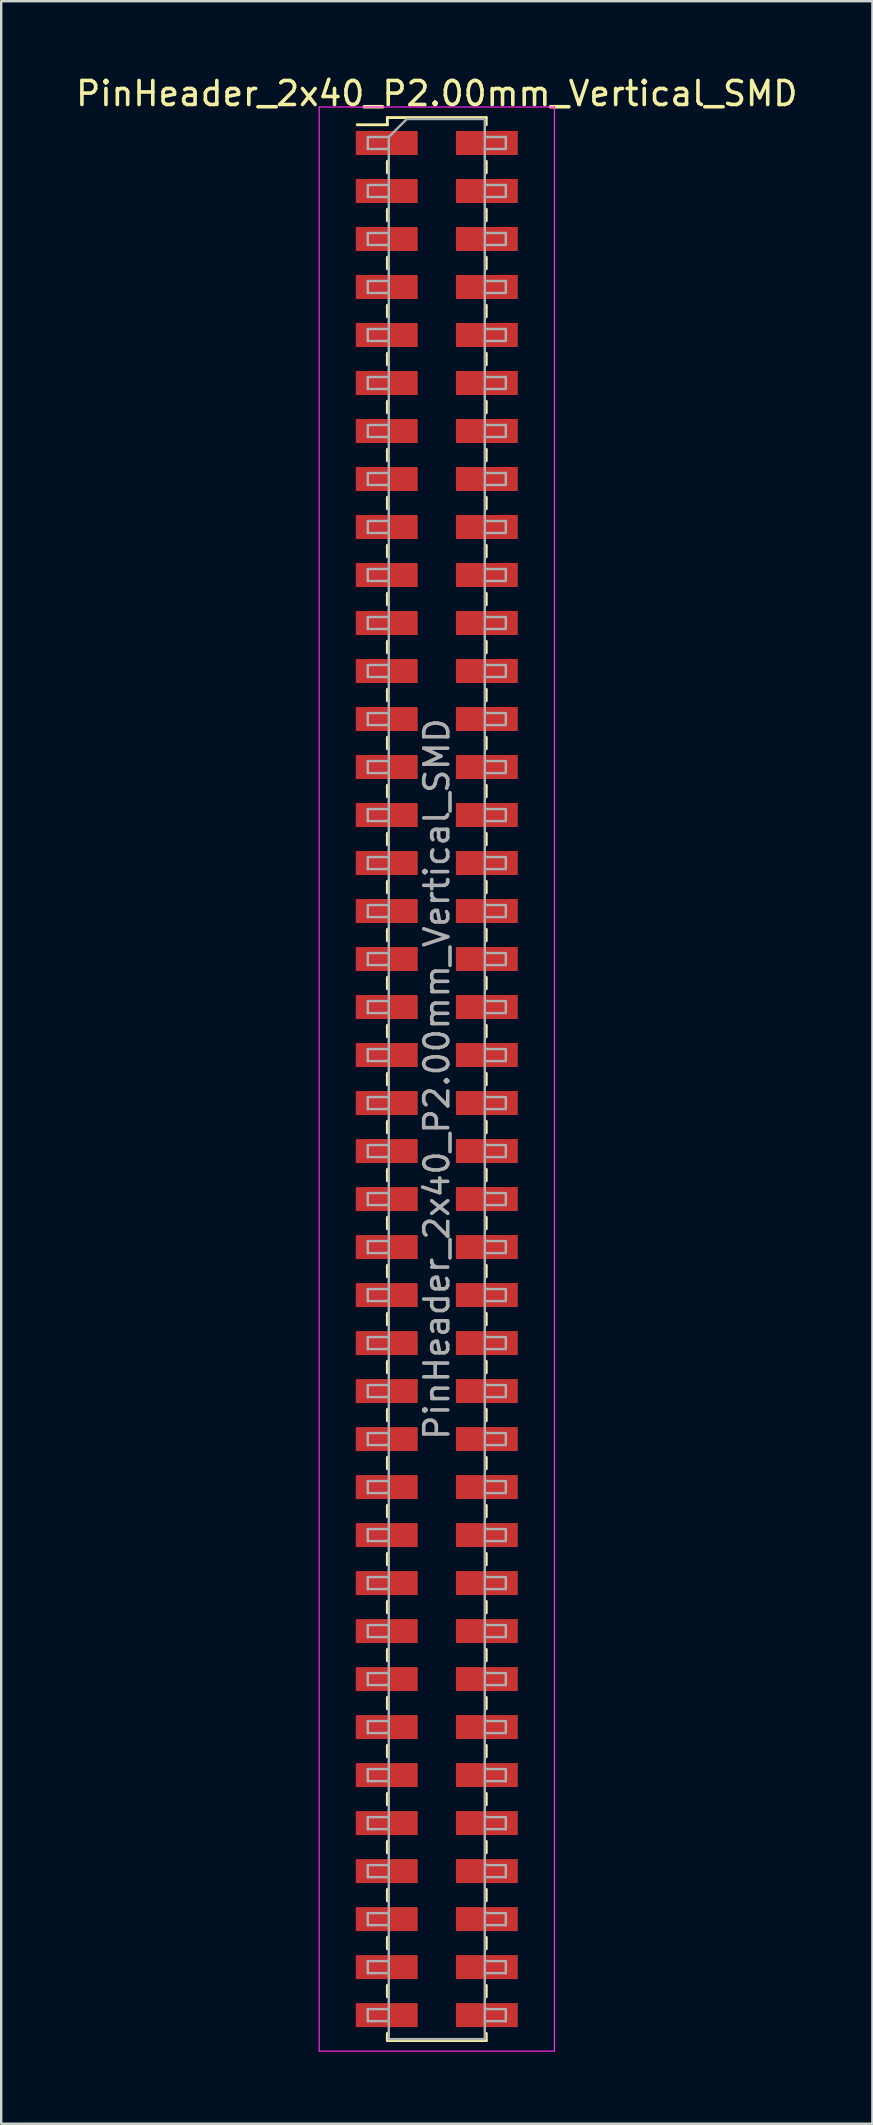
<source format=kicad_pcb>
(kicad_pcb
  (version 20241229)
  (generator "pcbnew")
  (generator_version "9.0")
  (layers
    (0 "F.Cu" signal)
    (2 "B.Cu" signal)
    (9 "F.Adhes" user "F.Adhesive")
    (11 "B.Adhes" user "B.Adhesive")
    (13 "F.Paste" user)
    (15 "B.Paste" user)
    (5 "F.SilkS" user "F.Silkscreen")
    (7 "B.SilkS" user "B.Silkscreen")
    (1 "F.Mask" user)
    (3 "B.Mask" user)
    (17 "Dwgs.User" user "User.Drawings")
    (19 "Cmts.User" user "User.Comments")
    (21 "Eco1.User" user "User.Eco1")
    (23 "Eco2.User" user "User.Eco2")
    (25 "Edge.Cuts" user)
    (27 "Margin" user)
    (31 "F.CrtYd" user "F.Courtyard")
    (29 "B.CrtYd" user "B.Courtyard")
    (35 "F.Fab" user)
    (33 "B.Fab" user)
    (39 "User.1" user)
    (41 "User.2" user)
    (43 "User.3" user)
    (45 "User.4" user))
  (footprint "PinHeader_2x40_P2.00mm_Vertical_SMD"
    (layer "F.Cu")
    (at 15.149 41.908)
    (property "Reference" "PinHeader_2x40_P2.00mm_Vertical_SMD" (at 0 -41.06 0) (layer "F.SilkS") (effects (font (size 1 1) (thickness 0.15))))
    (attr smd)
    (fp_line (start -3.315 -39.76) (end -2.06 -39.76) (stroke (width 0.12) (type solid)) (layer "F.SilkS"))
    (fp_line (start -2.06 -40.06) (end -2.06 -39.76) (stroke (width 0.12) (type solid)) (layer "F.SilkS"))
    (fp_line (start -2.06 -40.06) (end 2.06 -40.06) (stroke (width 0.12) (type solid)) (layer "F.SilkS"))
    (fp_line (start -2.06 -38.24) (end -2.06 -37.76) (stroke (width 0.12) (type solid)) (layer "F.SilkS"))
    (fp_line (start -2.06 -36.24) (end -2.06 -35.76) (stroke (width 0.12) (type solid)) (layer "F.SilkS"))
    (fp_line (start -2.06 -34.24) (end -2.06 -33.76) (stroke (width 0.12) (type solid)) (layer "F.SilkS"))
    (fp_line (start -2.06 -32.24) (end -2.06 -31.76) (stroke (width 0.12) (type solid)) (layer "F.SilkS"))
    (fp_line (start -2.06 -30.24) (end -2.06 -29.76) (stroke (width 0.12) (type solid)) (layer "F.SilkS"))
    (fp_line (start -2.06 -28.24) (end -2.06 -27.76) (stroke (width 0.12) (type solid)) (layer "F.SilkS"))
    (fp_line (start -2.06 -26.24) (end -2.06 -25.76) (stroke (width 0.12) (type solid)) (layer "F.SilkS"))
    (fp_line (start -2.06 -24.24) (end -2.06 -23.76) (stroke (width 0.12) (type solid)) (layer "F.SilkS"))
    (fp_line (start -2.06 -22.24) (end -2.06 -21.76) (stroke (width 0.12) (type solid)) (layer "F.SilkS"))
    (fp_line (start -2.06 -20.24) (end -2.06 -19.76) (stroke (width 0.12) (type solid)) (layer "F.SilkS"))
    (fp_line (start -2.06 -18.24) (end -2.06 -17.76) (stroke (width 0.12) (type solid)) (layer "F.SilkS"))
    (fp_line (start -2.06 -16.24) (end -2.06 -15.76) (stroke (width 0.12) (type solid)) (layer "F.SilkS"))
    (fp_line (start -2.06 -14.24) (end -2.06 -13.76) (stroke (width 0.12) (type solid)) (layer "F.SilkS"))
    (fp_line (start -2.06 -12.24) (end -2.06 -11.76) (stroke (width 0.12) (type solid)) (layer "F.SilkS"))
    (fp_line (start -2.06 -10.24) (end -2.06 -9.76) (stroke (width 0.12) (type solid)) (layer "F.SilkS"))
    (fp_line (start -2.06 -8.24) (end -2.06 -7.76) (stroke (width 0.12) (type solid)) (layer "F.SilkS"))
    (fp_line (start -2.06 -6.24) (end -2.06 -5.76) (stroke (width 0.12) (type solid)) (layer "F.SilkS"))
    (fp_line (start -2.06 -4.24) (end -2.06 -3.76) (stroke (width 0.12) (type solid)) (layer "F.SilkS"))
    (fp_line (start -2.06 -2.24) (end -2.06 -1.76) (stroke (width 0.12) (type solid)) (layer "F.SilkS"))
    (fp_line (start -2.06 -0.24) (end -2.06 0.24) (stroke (width 0.12) (type solid)) (layer "F.SilkS"))
    (fp_line (start -2.06 1.76) (end -2.06 2.24) (stroke (width 0.12) (type solid)) (layer "F.SilkS"))
    (fp_line (start -2.06 3.76) (end -2.06 4.24) (stroke (width 0.12) (type solid)) (layer "F.SilkS"))
    (fp_line (start -2.06 5.76) (end -2.06 6.24) (stroke (width 0.12) (type solid)) (layer "F.SilkS"))
    (fp_line (start -2.06 7.76) (end -2.06 8.24) (stroke (width 0.12) (type solid)) (layer "F.SilkS"))
    (fp_line (start -2.06 9.76) (end -2.06 10.24) (stroke (width 0.12) (type solid)) (layer "F.SilkS"))
    (fp_line (start -2.06 11.76) (end -2.06 12.24) (stroke (width 0.12) (type solid)) (layer "F.SilkS"))
    (fp_line (start -2.06 13.76) (end -2.06 14.24) (stroke (width 0.12) (type solid)) (layer "F.SilkS"))
    (fp_line (start -2.06 15.76) (end -2.06 16.24) (stroke (width 0.12) (type solid)) (layer "F.SilkS"))
    (fp_line (start -2.06 17.76) (end -2.06 18.24) (stroke (width 0.12) (type solid)) (layer "F.SilkS"))
    (fp_line (start -2.06 19.76) (end -2.06 20.24) (stroke (width 0.12) (type solid)) (layer "F.SilkS"))
    (fp_line (start -2.06 21.76) (end -2.06 22.24) (stroke (width 0.12) (type solid)) (layer "F.SilkS"))
    (fp_line (start -2.06 23.76) (end -2.06 24.24) (stroke (width 0.12) (type solid)) (layer "F.SilkS"))
    (fp_line (start -2.06 25.76) (end -2.06 26.24) (stroke (width 0.12) (type solid)) (layer "F.SilkS"))
    (fp_line (start -2.06 27.76) (end -2.06 28.24) (stroke (width 0.12) (type solid)) (layer "F.SilkS"))
    (fp_line (start -2.06 29.76) (end -2.06 30.24) (stroke (width 0.12) (type solid)) (layer "F.SilkS"))
    (fp_line (start -2.06 31.76) (end -2.06 32.24) (stroke (width 0.12) (type solid)) (layer "F.SilkS"))
    (fp_line (start -2.06 33.76) (end -2.06 34.24) (stroke (width 0.12) (type solid)) (layer "F.SilkS"))
    (fp_line (start -2.06 35.76) (end -2.06 36.24) (stroke (width 0.12) (type solid)) (layer "F.SilkS"))
    (fp_line (start -2.06 37.76) (end -2.06 38.24) (stroke (width 0.12) (type solid)) (layer "F.SilkS"))
    (fp_line (start -2.06 39.76) (end -2.06 40.06) (stroke (width 0.12) (type solid)) (layer "F.SilkS"))
    (fp_line (start -2.06 40.06) (end 2.06 40.06) (stroke (width 0.12) (type solid)) (layer "F.SilkS"))
    (fp_line (start 2.06 -40.06) (end 2.06 -39.76) (stroke (width 0.12) (type solid)) (layer "F.SilkS"))
    (fp_line (start 2.06 -38.24) (end 2.06 -37.76) (stroke (width 0.12) (type solid)) (layer "F.SilkS"))
    (fp_line (start 2.06 -36.24) (end 2.06 -35.76) (stroke (width 0.12) (type solid)) (layer "F.SilkS"))
    (fp_line (start 2.06 -34.24) (end 2.06 -33.76) (stroke (width 0.12) (type solid)) (layer "F.SilkS"))
    (fp_line (start 2.06 -32.24) (end 2.06 -31.76) (stroke (width 0.12) (type solid)) (layer "F.SilkS"))
    (fp_line (start 2.06 -30.24) (end 2.06 -29.76) (stroke (width 0.12) (type solid)) (layer "F.SilkS"))
    (fp_line (start 2.06 -28.24) (end 2.06 -27.76) (stroke (width 0.12) (type solid)) (layer "F.SilkS"))
    (fp_line (start 2.06 -26.24) (end 2.06 -25.76) (stroke (width 0.12) (type solid)) (layer "F.SilkS"))
    (fp_line (start 2.06 -24.24) (end 2.06 -23.76) (stroke (width 0.12) (type solid)) (layer "F.SilkS"))
    (fp_line (start 2.06 -22.24) (end 2.06 -21.76) (stroke (width 0.12) (type solid)) (layer "F.SilkS"))
    (fp_line (start 2.06 -20.24) (end 2.06 -19.76) (stroke (width 0.12) (type solid)) (layer "F.SilkS"))
    (fp_line (start 2.06 -18.24) (end 2.06 -17.76) (stroke (width 0.12) (type solid)) (layer "F.SilkS"))
    (fp_line (start 2.06 -16.24) (end 2.06 -15.76) (stroke (width 0.12) (type solid)) (layer "F.SilkS"))
    (fp_line (start 2.06 -14.24) (end 2.06 -13.76) (stroke (width 0.12) (type solid)) (layer "F.SilkS"))
    (fp_line (start 2.06 -12.24) (end 2.06 -11.76) (stroke (width 0.12) (type solid)) (layer "F.SilkS"))
    (fp_line (start 2.06 -10.24) (end 2.06 -9.76) (stroke (width 0.12) (type solid)) (layer "F.SilkS"))
    (fp_line (start 2.06 -8.24) (end 2.06 -7.76) (stroke (width 0.12) (type solid)) (layer "F.SilkS"))
    (fp_line (start 2.06 -6.24) (end 2.06 -5.76) (stroke (width 0.12) (type solid)) (layer "F.SilkS"))
    (fp_line (start 2.06 -4.24) (end 2.06 -3.76) (stroke (width 0.12) (type solid)) (layer "F.SilkS"))
    (fp_line (start 2.06 -2.24) (end 2.06 -1.76) (stroke (width 0.12) (type solid)) (layer "F.SilkS"))
    (fp_line (start 2.06 -0.24) (end 2.06 0.24) (stroke (width 0.12) (type solid)) (layer "F.SilkS"))
    (fp_line (start 2.06 1.76) (end 2.06 2.24) (stroke (width 0.12) (type solid)) (layer "F.SilkS"))
    (fp_line (start 2.06 3.76) (end 2.06 4.24) (stroke (width 0.12) (type solid)) (layer "F.SilkS"))
    (fp_line (start 2.06 5.76) (end 2.06 6.24) (stroke (width 0.12) (type solid)) (layer "F.SilkS"))
    (fp_line (start 2.06 7.76) (end 2.06 8.24) (stroke (width 0.12) (type solid)) (layer "F.SilkS"))
    (fp_line (start 2.06 9.76) (end 2.06 10.24) (stroke (width 0.12) (type solid)) (layer "F.SilkS"))
    (fp_line (start 2.06 11.76) (end 2.06 12.24) (stroke (width 0.12) (type solid)) (layer "F.SilkS"))
    (fp_line (start 2.06 13.76) (end 2.06 14.24) (stroke (width 0.12) (type solid)) (layer "F.SilkS"))
    (fp_line (start 2.06 15.76) (end 2.06 16.24) (stroke (width 0.12) (type solid)) (layer "F.SilkS"))
    (fp_line (start 2.06 17.76) (end 2.06 18.24) (stroke (width 0.12) (type solid)) (layer "F.SilkS"))
    (fp_line (start 2.06 19.76) (end 2.06 20.24) (stroke (width 0.12) (type solid)) (layer "F.SilkS"))
    (fp_line (start 2.06 21.76) (end 2.06 22.24) (stroke (width 0.12) (type solid)) (layer "F.SilkS"))
    (fp_line (start 2.06 23.76) (end 2.06 24.24) (stroke (width 0.12) (type solid)) (layer "F.SilkS"))
    (fp_line (start 2.06 25.76) (end 2.06 26.24) (stroke (width 0.12) (type solid)) (layer "F.SilkS"))
    (fp_line (start 2.06 27.76) (end 2.06 28.24) (stroke (width 0.12) (type solid)) (layer "F.SilkS"))
    (fp_line (start 2.06 29.76) (end 2.06 30.24) (stroke (width 0.12) (type solid)) (layer "F.SilkS"))
    (fp_line (start 2.06 31.76) (end 2.06 32.24) (stroke (width 0.12) (type solid)) (layer "F.SilkS"))
    (fp_line (start 2.06 33.76) (end 2.06 34.24) (stroke (width 0.12) (type solid)) (layer "F.SilkS"))
    (fp_line (start 2.06 35.76) (end 2.06 36.24) (stroke (width 0.12) (type solid)) (layer "F.SilkS"))
    (fp_line (start 2.06 37.76) (end 2.06 38.24) (stroke (width 0.12) (type solid)) (layer "F.SilkS"))
    (fp_line (start 2.06 39.76) (end 2.06 40.06) (stroke (width 0.12) (type solid)) (layer "F.SilkS"))
    (fp_line (start -4.9 -40.5) (end -4.9 40.5) (stroke (width 0.05) (type solid)) (layer "F.CrtYd"))
    (fp_line (start -4.9 40.5) (end 4.9 40.5) (stroke (width 0.05) (type solid)) (layer "F.CrtYd"))
    (fp_line (start 4.9 -40.5) (end -4.9 -40.5) (stroke (width 0.05) (type solid)) (layer "F.CrtYd"))
    (fp_line (start 4.9 40.5) (end 4.9 -40.5) (stroke (width 0.05) (type solid)) (layer "F.CrtYd"))
    (fp_line (start -2.875 -39.25) (end -2.875 -38.75) (stroke (width 0.1) (type solid)) (layer "F.Fab"))
    (fp_line (start -2.875 -38.75) (end -2 -38.75) (stroke (width 0.1) (type solid)) (layer "F.Fab"))
    (fp_line (start -2.875 -37.25) (end -2.875 -36.75) (stroke (width 0.1) (type solid)) (layer "F.Fab"))
    (fp_line (start -2.875 -36.75) (end -2 -36.75) (stroke (width 0.1) (type solid)) (layer "F.Fab"))
    (fp_line (start -2.875 -35.25) (end -2.875 -34.75) (stroke (width 0.1) (type solid)) (layer "F.Fab"))
    (fp_line (start -2.875 -34.75) (end -2 -34.75) (stroke (width 0.1) (type solid)) (layer "F.Fab"))
    (fp_line (start -2.875 -33.25) (end -2.875 -32.75) (stroke (width 0.1) (type solid)) (layer "F.Fab"))
    (fp_line (start -2.875 -32.75) (end -2 -32.75) (stroke (width 0.1) (type solid)) (layer "F.Fab"))
    (fp_line (start -2.875 -31.25) (end -2.875 -30.75) (stroke (width 0.1) (type solid)) (layer "F.Fab"))
    (fp_line (start -2.875 -30.75) (end -2 -30.75) (stroke (width 0.1) (type solid)) (layer "F.Fab"))
    (fp_line (start -2.875 -29.25) (end -2.875 -28.75) (stroke (width 0.1) (type solid)) (layer "F.Fab"))
    (fp_line (start -2.875 -28.75) (end -2 -28.75) (stroke (width 0.1) (type solid)) (layer "F.Fab"))
    (fp_line (start -2.875 -27.25) (end -2.875 -26.75) (stroke (width 0.1) (type solid)) (layer "F.Fab"))
    (fp_line (start -2.875 -26.75) (end -2 -26.75) (stroke (width 0.1) (type solid)) (layer "F.Fab"))
    (fp_line (start -2.875 -25.25) (end -2.875 -24.75) (stroke (width 0.1) (type solid)) (layer "F.Fab"))
    (fp_line (start -2.875 -24.75) (end -2 -24.75) (stroke (width 0.1) (type solid)) (layer "F.Fab"))
    (fp_line (start -2.875 -23.25) (end -2.875 -22.75) (stroke (width 0.1) (type solid)) (layer "F.Fab"))
    (fp_line (start -2.875 -22.75) (end -2 -22.75) (stroke (width 0.1) (type solid)) (layer "F.Fab"))
    (fp_line (start -2.875 -21.25) (end -2.875 -20.75) (stroke (width 0.1) (type solid)) (layer "F.Fab"))
    (fp_line (start -2.875 -20.75) (end -2 -20.75) (stroke (width 0.1) (type solid)) (layer "F.Fab"))
    (fp_line (start -2.875 -19.25) (end -2.875 -18.75) (stroke (width 0.1) (type solid)) (layer "F.Fab"))
    (fp_line (start -2.875 -18.75) (end -2 -18.75) (stroke (width 0.1) (type solid)) (layer "F.Fab"))
    (fp_line (start -2.875 -17.25) (end -2.875 -16.75) (stroke (width 0.1) (type solid)) (layer "F.Fab"))
    (fp_line (start -2.875 -16.75) (end -2 -16.75) (stroke (width 0.1) (type solid)) (layer "F.Fab"))
    (fp_line (start -2.875 -15.25) (end -2.875 -14.75) (stroke (width 0.1) (type solid)) (layer "F.Fab"))
    (fp_line (start -2.875 -14.75) (end -2 -14.75) (stroke (width 0.1) (type solid)) (layer "F.Fab"))
    (fp_line (start -2.875 -13.25) (end -2.875 -12.75) (stroke (width 0.1) (type solid)) (layer "F.Fab"))
    (fp_line (start -2.875 -12.75) (end -2 -12.75) (stroke (width 0.1) (type solid)) (layer "F.Fab"))
    (fp_line (start -2.875 -11.25) (end -2.875 -10.75) (stroke (width 0.1) (type solid)) (layer "F.Fab"))
    (fp_line (start -2.875 -10.75) (end -2 -10.75) (stroke (width 0.1) (type solid)) (layer "F.Fab"))
    (fp_line (start -2.875 -9.25) (end -2.875 -8.75) (stroke (width 0.1) (type solid)) (layer "F.Fab"))
    (fp_line (start -2.875 -8.75) (end -2 -8.75) (stroke (width 0.1) (type solid)) (layer "F.Fab"))
    (fp_line (start -2.875 -7.25) (end -2.875 -6.75) (stroke (width 0.1) (type solid)) (layer "F.Fab"))
    (fp_line (start -2.875 -6.75) (end -2 -6.75) (stroke (width 0.1) (type solid)) (layer "F.Fab"))
    (fp_line (start -2.875 -5.25) (end -2.875 -4.75) (stroke (width 0.1) (type solid)) (layer "F.Fab"))
    (fp_line (start -2.875 -4.75) (end -2 -4.75) (stroke (width 0.1) (type solid)) (layer "F.Fab"))
    (fp_line (start -2.875 -3.25) (end -2.875 -2.75) (stroke (width 0.1) (type solid)) (layer "F.Fab"))
    (fp_line (start -2.875 -2.75) (end -2 -2.75) (stroke (width 0.1) (type solid)) (layer "F.Fab"))
    (fp_line (start -2.875 -1.25) (end -2.875 -0.75) (stroke (width 0.1) (type solid)) (layer "F.Fab"))
    (fp_line (start -2.875 -0.75) (end -2 -0.75) (stroke (width 0.1) (type solid)) (layer "F.Fab"))
    (fp_line (start -2.875 0.75) (end -2.875 1.25) (stroke (width 0.1) (type solid)) (layer "F.Fab"))
    (fp_line (start -2.875 1.25) (end -2 1.25) (stroke (width 0.1) (type solid)) (layer "F.Fab"))
    (fp_line (start -2.875 2.75) (end -2.875 3.25) (stroke (width 0.1) (type solid)) (layer "F.Fab"))
    (fp_line (start -2.875 3.25) (end -2 3.25) (stroke (width 0.1) (type solid)) (layer "F.Fab"))
    (fp_line (start -2.875 4.75) (end -2.875 5.25) (stroke (width 0.1) (type solid)) (layer "F.Fab"))
    (fp_line (start -2.875 5.25) (end -2 5.25) (stroke (width 0.1) (type solid)) (layer "F.Fab"))
    (fp_line (start -2.875 6.75) (end -2.875 7.25) (stroke (width 0.1) (type solid)) (layer "F.Fab"))
    (fp_line (start -2.875 7.25) (end -2 7.25) (stroke (width 0.1) (type solid)) (layer "F.Fab"))
    (fp_line (start -2.875 8.75) (end -2.875 9.25) (stroke (width 0.1) (type solid)) (layer "F.Fab"))
    (fp_line (start -2.875 9.25) (end -2 9.25) (stroke (width 0.1) (type solid)) (layer "F.Fab"))
    (fp_line (start -2.875 10.75) (end -2.875 11.25) (stroke (width 0.1) (type solid)) (layer "F.Fab"))
    (fp_line (start -2.875 11.25) (end -2 11.25) (stroke (width 0.1) (type solid)) (layer "F.Fab"))
    (fp_line (start -2.875 12.75) (end -2.875 13.25) (stroke (width 0.1) (type solid)) (layer "F.Fab"))
    (fp_line (start -2.875 13.25) (end -2 13.25) (stroke (width 0.1) (type solid)) (layer "F.Fab"))
    (fp_line (start -2.875 14.75) (end -2.875 15.25) (stroke (width 0.1) (type solid)) (layer "F.Fab"))
    (fp_line (start -2.875 15.25) (end -2 15.25) (stroke (width 0.1) (type solid)) (layer "F.Fab"))
    (fp_line (start -2.875 16.75) (end -2.875 17.25) (stroke (width 0.1) (type solid)) (layer "F.Fab"))
    (fp_line (start -2.875 17.25) (end -2 17.25) (stroke (width 0.1) (type solid)) (layer "F.Fab"))
    (fp_line (start -2.875 18.75) (end -2.875 19.25) (stroke (width 0.1) (type solid)) (layer "F.Fab"))
    (fp_line (start -2.875 19.25) (end -2 19.25) (stroke (width 0.1) (type solid)) (layer "F.Fab"))
    (fp_line (start -2.875 20.75) (end -2.875 21.25) (stroke (width 0.1) (type solid)) (layer "F.Fab"))
    (fp_line (start -2.875 21.25) (end -2 21.25) (stroke (width 0.1) (type solid)) (layer "F.Fab"))
    (fp_line (start -2.875 22.75) (end -2.875 23.25) (stroke (width 0.1) (type solid)) (layer "F.Fab"))
    (fp_line (start -2.875 23.25) (end -2 23.25) (stroke (width 0.1) (type solid)) (layer "F.Fab"))
    (fp_line (start -2.875 24.75) (end -2.875 25.25) (stroke (width 0.1) (type solid)) (layer "F.Fab"))
    (fp_line (start -2.875 25.25) (end -2 25.25) (stroke (width 0.1) (type solid)) (layer "F.Fab"))
    (fp_line (start -2.875 26.75) (end -2.875 27.25) (stroke (width 0.1) (type solid)) (layer "F.Fab"))
    (fp_line (start -2.875 27.25) (end -2 27.25) (stroke (width 0.1) (type solid)) (layer "F.Fab"))
    (fp_line (start -2.875 28.75) (end -2.875 29.25) (stroke (width 0.1) (type solid)) (layer "F.Fab"))
    (fp_line (start -2.875 29.25) (end -2 29.25) (stroke (width 0.1) (type solid)) (layer "F.Fab"))
    (fp_line (start -2.875 30.75) (end -2.875 31.25) (stroke (width 0.1) (type solid)) (layer "F.Fab"))
    (fp_line (start -2.875 31.25) (end -2 31.25) (stroke (width 0.1) (type solid)) (layer "F.Fab"))
    (fp_line (start -2.875 32.75) (end -2.875 33.25) (stroke (width 0.1) (type solid)) (layer "F.Fab"))
    (fp_line (start -2.875 33.25) (end -2 33.25) (stroke (width 0.1) (type solid)) (layer "F.Fab"))
    (fp_line (start -2.875 34.75) (end -2.875 35.25) (stroke (width 0.1) (type solid)) (layer "F.Fab"))
    (fp_line (start -2.875 35.25) (end -2 35.25) (stroke (width 0.1) (type solid)) (layer "F.Fab"))
    (fp_line (start -2.875 36.75) (end -2.875 37.25) (stroke (width 0.1) (type solid)) (layer "F.Fab"))
    (fp_line (start -2.875 37.25) (end -2 37.25) (stroke (width 0.1) (type solid)) (layer "F.Fab"))
    (fp_line (start -2.875 38.75) (end -2.875 39.25) (stroke (width 0.1) (type solid)) (layer "F.Fab"))
    (fp_line (start -2.875 39.25) (end -2 39.25) (stroke (width 0.1) (type solid)) (layer "F.Fab"))
    (fp_line (start -2 -39.25) (end -2.875 -39.25) (stroke (width 0.1) (type solid)) (layer "F.Fab"))
    (fp_line (start -2 -39.25) (end -1.25 -40) (stroke (width 0.1) (type solid)) (layer "F.Fab"))
    (fp_line (start -2 -37.25) (end -2.875 -37.25) (stroke (width 0.1) (type solid)) (layer "F.Fab"))
    (fp_line (start -2 -35.25) (end -2.875 -35.25) (stroke (width 0.1) (type solid)) (layer "F.Fab"))
    (fp_line (start -2 -33.25) (end -2.875 -33.25) (stroke (width 0.1) (type solid)) (layer "F.Fab"))
    (fp_line (start -2 -31.25) (end -2.875 -31.25) (stroke (width 0.1) (type solid)) (layer "F.Fab"))
    (fp_line (start -2 -29.25) (end -2.875 -29.25) (stroke (width 0.1) (type solid)) (layer "F.Fab"))
    (fp_line (start -2 -27.25) (end -2.875 -27.25) (stroke (width 0.1) (type solid)) (layer "F.Fab"))
    (fp_line (start -2 -25.25) (end -2.875 -25.25) (stroke (width 0.1) (type solid)) (layer "F.Fab"))
    (fp_line (start -2 -23.25) (end -2.875 -23.25) (stroke (width 0.1) (type solid)) (layer "F.Fab"))
    (fp_line (start -2 -21.25) (end -2.875 -21.25) (stroke (width 0.1) (type solid)) (layer "F.Fab"))
    (fp_line (start -2 -19.25) (end -2.875 -19.25) (stroke (width 0.1) (type solid)) (layer "F.Fab"))
    (fp_line (start -2 -17.25) (end -2.875 -17.25) (stroke (width 0.1) (type solid)) (layer "F.Fab"))
    (fp_line (start -2 -15.25) (end -2.875 -15.25) (stroke (width 0.1) (type solid)) (layer "F.Fab"))
    (fp_line (start -2 -13.25) (end -2.875 -13.25) (stroke (width 0.1) (type solid)) (layer "F.Fab"))
    (fp_line (start -2 -11.25) (end -2.875 -11.25) (stroke (width 0.1) (type solid)) (layer "F.Fab"))
    (fp_line (start -2 -9.25) (end -2.875 -9.25) (stroke (width 0.1) (type solid)) (layer "F.Fab"))
    (fp_line (start -2 -7.25) (end -2.875 -7.25) (stroke (width 0.1) (type solid)) (layer "F.Fab"))
    (fp_line (start -2 -5.25) (end -2.875 -5.25) (stroke (width 0.1) (type solid)) (layer "F.Fab"))
    (fp_line (start -2 -3.25) (end -2.875 -3.25) (stroke (width 0.1) (type solid)) (layer "F.Fab"))
    (fp_line (start -2 -1.25) (end -2.875 -1.25) (stroke (width 0.1) (type solid)) (layer "F.Fab"))
    (fp_line (start -2 0.75) (end -2.875 0.75) (stroke (width 0.1) (type solid)) (layer "F.Fab"))
    (fp_line (start -2 2.75) (end -2.875 2.75) (stroke (width 0.1) (type solid)) (layer "F.Fab"))
    (fp_line (start -2 4.75) (end -2.875 4.75) (stroke (width 0.1) (type solid)) (layer "F.Fab"))
    (fp_line (start -2 6.75) (end -2.875 6.75) (stroke (width 0.1) (type solid)) (layer "F.Fab"))
    (fp_line (start -2 8.75) (end -2.875 8.75) (stroke (width 0.1) (type solid)) (layer "F.Fab"))
    (fp_line (start -2 10.75) (end -2.875 10.75) (stroke (width 0.1) (type solid)) (layer "F.Fab"))
    (fp_line (start -2 12.75) (end -2.875 12.75) (stroke (width 0.1) (type solid)) (layer "F.Fab"))
    (fp_line (start -2 14.75) (end -2.875 14.75) (stroke (width 0.1) (type solid)) (layer "F.Fab"))
    (fp_line (start -2 16.75) (end -2.875 16.75) (stroke (width 0.1) (type solid)) (layer "F.Fab"))
    (fp_line (start -2 18.75) (end -2.875 18.75) (stroke (width 0.1) (type solid)) (layer "F.Fab"))
    (fp_line (start -2 20.75) (end -2.875 20.75) (stroke (width 0.1) (type solid)) (layer "F.Fab"))
    (fp_line (start -2 22.75) (end -2.875 22.75) (stroke (width 0.1) (type solid)) (layer "F.Fab"))
    (fp_line (start -2 24.75) (end -2.875 24.75) (stroke (width 0.1) (type solid)) (layer "F.Fab"))
    (fp_line (start -2 26.75) (end -2.875 26.75) (stroke (width 0.1) (type solid)) (layer "F.Fab"))
    (fp_line (start -2 28.75) (end -2.875 28.75) (stroke (width 0.1) (type solid)) (layer "F.Fab"))
    (fp_line (start -2 30.75) (end -2.875 30.75) (stroke (width 0.1) (type solid)) (layer "F.Fab"))
    (fp_line (start -2 32.75) (end -2.875 32.75) (stroke (width 0.1) (type solid)) (layer "F.Fab"))
    (fp_line (start -2 34.75) (end -2.875 34.75) (stroke (width 0.1) (type solid)) (layer "F.Fab"))
    (fp_line (start -2 36.75) (end -2.875 36.75) (stroke (width 0.1) (type solid)) (layer "F.Fab"))
    (fp_line (start -2 38.75) (end -2.875 38.75) (stroke (width 0.1) (type solid)) (layer "F.Fab"))
    (fp_line (start -2 40) (end -2 -39.25) (stroke (width 0.1) (type solid)) (layer "F.Fab"))
    (fp_line (start -1.25 -40) (end 2 -40) (stroke (width 0.1) (type solid)) (layer "F.Fab"))
    (fp_line (start 2 -40) (end 2 40) (stroke (width 0.1) (type solid)) (layer "F.Fab"))
    (fp_line (start 2 -39.25) (end 2.875 -39.25) (stroke (width 0.1) (type solid)) (layer "F.Fab"))
    (fp_line (start 2 -37.25) (end 2.875 -37.25) (stroke (width 0.1) (type solid)) (layer "F.Fab"))
    (fp_line (start 2 -35.25) (end 2.875 -35.25) (stroke (width 0.1) (type solid)) (layer "F.Fab"))
    (fp_line (start 2 -33.25) (end 2.875 -33.25) (stroke (width 0.1) (type solid)) (layer "F.Fab"))
    (fp_line (start 2 -31.25) (end 2.875 -31.25) (stroke (width 0.1) (type solid)) (layer "F.Fab"))
    (fp_line (start 2 -29.25) (end 2.875 -29.25) (stroke (width 0.1) (type solid)) (layer "F.Fab"))
    (fp_line (start 2 -27.25) (end 2.875 -27.25) (stroke (width 0.1) (type solid)) (layer "F.Fab"))
    (fp_line (start 2 -25.25) (end 2.875 -25.25) (stroke (width 0.1) (type solid)) (layer "F.Fab"))
    (fp_line (start 2 -23.25) (end 2.875 -23.25) (stroke (width 0.1) (type solid)) (layer "F.Fab"))
    (fp_line (start 2 -21.25) (end 2.875 -21.25) (stroke (width 0.1) (type solid)) (layer "F.Fab"))
    (fp_line (start 2 -19.25) (end 2.875 -19.25) (stroke (width 0.1) (type solid)) (layer "F.Fab"))
    (fp_line (start 2 -17.25) (end 2.875 -17.25) (stroke (width 0.1) (type solid)) (layer "F.Fab"))
    (fp_line (start 2 -15.25) (end 2.875 -15.25) (stroke (width 0.1) (type solid)) (layer "F.Fab"))
    (fp_line (start 2 -13.25) (end 2.875 -13.25) (stroke (width 0.1) (type solid)) (layer "F.Fab"))
    (fp_line (start 2 -11.25) (end 2.875 -11.25) (stroke (width 0.1) (type solid)) (layer "F.Fab"))
    (fp_line (start 2 -9.25) (end 2.875 -9.25) (stroke (width 0.1) (type solid)) (layer "F.Fab"))
    (fp_line (start 2 -7.25) (end 2.875 -7.25) (stroke (width 0.1) (type solid)) (layer "F.Fab"))
    (fp_line (start 2 -5.25) (end 2.875 -5.25) (stroke (width 0.1) (type solid)) (layer "F.Fab"))
    (fp_line (start 2 -3.25) (end 2.875 -3.25) (stroke (width 0.1) (type solid)) (layer "F.Fab"))
    (fp_line (start 2 -1.25) (end 2.875 -1.25) (stroke (width 0.1) (type solid)) (layer "F.Fab"))
    (fp_line (start 2 0.75) (end 2.875 0.75) (stroke (width 0.1) (type solid)) (layer "F.Fab"))
    (fp_line (start 2 2.75) (end 2.875 2.75) (stroke (width 0.1) (type solid)) (layer "F.Fab"))
    (fp_line (start 2 4.75) (end 2.875 4.75) (stroke (width 0.1) (type solid)) (layer "F.Fab"))
    (fp_line (start 2 6.75) (end 2.875 6.75) (stroke (width 0.1) (type solid)) (layer "F.Fab"))
    (fp_line (start 2 8.75) (end 2.875 8.75) (stroke (width 0.1) (type solid)) (layer "F.Fab"))
    (fp_line (start 2 10.75) (end 2.875 10.75) (stroke (width 0.1) (type solid)) (layer "F.Fab"))
    (fp_line (start 2 12.75) (end 2.875 12.75) (stroke (width 0.1) (type solid)) (layer "F.Fab"))
    (fp_line (start 2 14.75) (end 2.875 14.75) (stroke (width 0.1) (type solid)) (layer "F.Fab"))
    (fp_line (start 2 16.75) (end 2.875 16.75) (stroke (width 0.1) (type solid)) (layer "F.Fab"))
    (fp_line (start 2 18.75) (end 2.875 18.75) (stroke (width 0.1) (type solid)) (layer "F.Fab"))
    (fp_line (start 2 20.75) (end 2.875 20.75) (stroke (width 0.1) (type solid)) (layer "F.Fab"))
    (fp_line (start 2 22.75) (end 2.875 22.75) (stroke (width 0.1) (type solid)) (layer "F.Fab"))
    (fp_line (start 2 24.75) (end 2.875 24.75) (stroke (width 0.1) (type solid)) (layer "F.Fab"))
    (fp_line (start 2 26.75) (end 2.875 26.75) (stroke (width 0.1) (type solid)) (layer "F.Fab"))
    (fp_line (start 2 28.75) (end 2.875 28.75) (stroke (width 0.1) (type solid)) (layer "F.Fab"))
    (fp_line (start 2 30.75) (end 2.875 30.75) (stroke (width 0.1) (type solid)) (layer "F.Fab"))
    (fp_line (start 2 32.75) (end 2.875 32.75) (stroke (width 0.1) (type solid)) (layer "F.Fab"))
    (fp_line (start 2 34.75) (end 2.875 34.75) (stroke (width 0.1) (type solid)) (layer "F.Fab"))
    (fp_line (start 2 36.75) (end 2.875 36.75) (stroke (width 0.1) (type solid)) (layer "F.Fab"))
    (fp_line (start 2 38.75) (end 2.875 38.75) (stroke (width 0.1) (type solid)) (layer "F.Fab"))
    (fp_line (start 2 40) (end -2 40) (stroke (width 0.1) (type solid)) (layer "F.Fab"))
    (fp_line (start 2.875 -39.25) (end 2.875 -38.75) (stroke (width 0.1) (type solid)) (layer "F.Fab"))
    (fp_line (start 2.875 -38.75) (end 2 -38.75) (stroke (width 0.1) (type solid)) (layer "F.Fab"))
    (fp_line (start 2.875 -37.25) (end 2.875 -36.75) (stroke (width 0.1) (type solid)) (layer "F.Fab"))
    (fp_line (start 2.875 -36.75) (end 2 -36.75) (stroke (width 0.1) (type solid)) (layer "F.Fab"))
    (fp_line (start 2.875 -35.25) (end 2.875 -34.75) (stroke (width 0.1) (type solid)) (layer "F.Fab"))
    (fp_line (start 2.875 -34.75) (end 2 -34.75) (stroke (width 0.1) (type solid)) (layer "F.Fab"))
    (fp_line (start 2.875 -33.25) (end 2.875 -32.75) (stroke (width 0.1) (type solid)) (layer "F.Fab"))
    (fp_line (start 2.875 -32.75) (end 2 -32.75) (stroke (width 0.1) (type solid)) (layer "F.Fab"))
    (fp_line (start 2.875 -31.25) (end 2.875 -30.75) (stroke (width 0.1) (type solid)) (layer "F.Fab"))
    (fp_line (start 2.875 -30.75) (end 2 -30.75) (stroke (width 0.1) (type solid)) (layer "F.Fab"))
    (fp_line (start 2.875 -29.25) (end 2.875 -28.75) (stroke (width 0.1) (type solid)) (layer "F.Fab"))
    (fp_line (start 2.875 -28.75) (end 2 -28.75) (stroke (width 0.1) (type solid)) (layer "F.Fab"))
    (fp_line (start 2.875 -27.25) (end 2.875 -26.75) (stroke (width 0.1) (type solid)) (layer "F.Fab"))
    (fp_line (start 2.875 -26.75) (end 2 -26.75) (stroke (width 0.1) (type solid)) (layer "F.Fab"))
    (fp_line (start 2.875 -25.25) (end 2.875 -24.75) (stroke (width 0.1) (type solid)) (layer "F.Fab"))
    (fp_line (start 2.875 -24.75) (end 2 -24.75) (stroke (width 0.1) (type solid)) (layer "F.Fab"))
    (fp_line (start 2.875 -23.25) (end 2.875 -22.75) (stroke (width 0.1) (type solid)) (layer "F.Fab"))
    (fp_line (start 2.875 -22.75) (end 2 -22.75) (stroke (width 0.1) (type solid)) (layer "F.Fab"))
    (fp_line (start 2.875 -21.25) (end 2.875 -20.75) (stroke (width 0.1) (type solid)) (layer "F.Fab"))
    (fp_line (start 2.875 -20.75) (end 2 -20.75) (stroke (width 0.1) (type solid)) (layer "F.Fab"))
    (fp_line (start 2.875 -19.25) (end 2.875 -18.75) (stroke (width 0.1) (type solid)) (layer "F.Fab"))
    (fp_line (start 2.875 -18.75) (end 2 -18.75) (stroke (width 0.1) (type solid)) (layer "F.Fab"))
    (fp_line (start 2.875 -17.25) (end 2.875 -16.75) (stroke (width 0.1) (type solid)) (layer "F.Fab"))
    (fp_line (start 2.875 -16.75) (end 2 -16.75) (stroke (width 0.1) (type solid)) (layer "F.Fab"))
    (fp_line (start 2.875 -15.25) (end 2.875 -14.75) (stroke (width 0.1) (type solid)) (layer "F.Fab"))
    (fp_line (start 2.875 -14.75) (end 2 -14.75) (stroke (width 0.1) (type solid)) (layer "F.Fab"))
    (fp_line (start 2.875 -13.25) (end 2.875 -12.75) (stroke (width 0.1) (type solid)) (layer "F.Fab"))
    (fp_line (start 2.875 -12.75) (end 2 -12.75) (stroke (width 0.1) (type solid)) (layer "F.Fab"))
    (fp_line (start 2.875 -11.25) (end 2.875 -10.75) (stroke (width 0.1) (type solid)) (layer "F.Fab"))
    (fp_line (start 2.875 -10.75) (end 2 -10.75) (stroke (width 0.1) (type solid)) (layer "F.Fab"))
    (fp_line (start 2.875 -9.25) (end 2.875 -8.75) (stroke (width 0.1) (type solid)) (layer "F.Fab"))
    (fp_line (start 2.875 -8.75) (end 2 -8.75) (stroke (width 0.1) (type solid)) (layer "F.Fab"))
    (fp_line (start 2.875 -7.25) (end 2.875 -6.75) (stroke (width 0.1) (type solid)) (layer "F.Fab"))
    (fp_line (start 2.875 -6.75) (end 2 -6.75) (stroke (width 0.1) (type solid)) (layer "F.Fab"))
    (fp_line (start 2.875 -5.25) (end 2.875 -4.75) (stroke (width 0.1) (type solid)) (layer "F.Fab"))
    (fp_line (start 2.875 -4.75) (end 2 -4.75) (stroke (width 0.1) (type solid)) (layer "F.Fab"))
    (fp_line (start 2.875 -3.25) (end 2.875 -2.75) (stroke (width 0.1) (type solid)) (layer "F.Fab"))
    (fp_line (start 2.875 -2.75) (end 2 -2.75) (stroke (width 0.1) (type solid)) (layer "F.Fab"))
    (fp_line (start 2.875 -1.25) (end 2.875 -0.75) (stroke (width 0.1) (type solid)) (layer "F.Fab"))
    (fp_line (start 2.875 -0.75) (end 2 -0.75) (stroke (width 0.1) (type solid)) (layer "F.Fab"))
    (fp_line (start 2.875 0.75) (end 2.875 1.25) (stroke (width 0.1) (type solid)) (layer "F.Fab"))
    (fp_line (start 2.875 1.25) (end 2 1.25) (stroke (width 0.1) (type solid)) (layer "F.Fab"))
    (fp_line (start 2.875 2.75) (end 2.875 3.25) (stroke (width 0.1) (type solid)) (layer "F.Fab"))
    (fp_line (start 2.875 3.25) (end 2 3.25) (stroke (width 0.1) (type solid)) (layer "F.Fab"))
    (fp_line (start 2.875 4.75) (end 2.875 5.25) (stroke (width 0.1) (type solid)) (layer "F.Fab"))
    (fp_line (start 2.875 5.25) (end 2 5.25) (stroke (width 0.1) (type solid)) (layer "F.Fab"))
    (fp_line (start 2.875 6.75) (end 2.875 7.25) (stroke (width 0.1) (type solid)) (layer "F.Fab"))
    (fp_line (start 2.875 7.25) (end 2 7.25) (stroke (width 0.1) (type solid)) (layer "F.Fab"))
    (fp_line (start 2.875 8.75) (end 2.875 9.25) (stroke (width 0.1) (type solid)) (layer "F.Fab"))
    (fp_line (start 2.875 9.25) (end 2 9.25) (stroke (width 0.1) (type solid)) (layer "F.Fab"))
    (fp_line (start 2.875 10.75) (end 2.875 11.25) (stroke (width 0.1) (type solid)) (layer "F.Fab"))
    (fp_line (start 2.875 11.25) (end 2 11.25) (stroke (width 0.1) (type solid)) (layer "F.Fab"))
    (fp_line (start 2.875 12.75) (end 2.875 13.25) (stroke (width 0.1) (type solid)) (layer "F.Fab"))
    (fp_line (start 2.875 13.25) (end 2 13.25) (stroke (width 0.1) (type solid)) (layer "F.Fab"))
    (fp_line (start 2.875 14.75) (end 2.875 15.25) (stroke (width 0.1) (type solid)) (layer "F.Fab"))
    (fp_line (start 2.875 15.25) (end 2 15.25) (stroke (width 0.1) (type solid)) (layer "F.Fab"))
    (fp_line (start 2.875 16.75) (end 2.875 17.25) (stroke (width 0.1) (type solid)) (layer "F.Fab"))
    (fp_line (start 2.875 17.25) (end 2 17.25) (stroke (width 0.1) (type solid)) (layer "F.Fab"))
    (fp_line (start 2.875 18.75) (end 2.875 19.25) (stroke (width 0.1) (type solid)) (layer "F.Fab"))
    (fp_line (start 2.875 19.25) (end 2 19.25) (stroke (width 0.1) (type solid)) (layer "F.Fab"))
    (fp_line (start 2.875 20.75) (end 2.875 21.25) (stroke (width 0.1) (type solid)) (layer "F.Fab"))
    (fp_line (start 2.875 21.25) (end 2 21.25) (stroke (width 0.1) (type solid)) (layer "F.Fab"))
    (fp_line (start 2.875 22.75) (end 2.875 23.25) (stroke (width 0.1) (type solid)) (layer "F.Fab"))
    (fp_line (start 2.875 23.25) (end 2 23.25) (stroke (width 0.1) (type solid)) (layer "F.Fab"))
    (fp_line (start 2.875 24.75) (end 2.875 25.25) (stroke (width 0.1) (type solid)) (layer "F.Fab"))
    (fp_line (start 2.875 25.25) (end 2 25.25) (stroke (width 0.1) (type solid)) (layer "F.Fab"))
    (fp_line (start 2.875 26.75) (end 2.875 27.25) (stroke (width 0.1) (type solid)) (layer "F.Fab"))
    (fp_line (start 2.875 27.25) (end 2 27.25) (stroke (width 0.1) (type solid)) (layer "F.Fab"))
    (fp_line (start 2.875 28.75) (end 2.875 29.25) (stroke (width 0.1) (type solid)) (layer "F.Fab"))
    (fp_line (start 2.875 29.25) (end 2 29.25) (stroke (width 0.1) (type solid)) (layer "F.Fab"))
    (fp_line (start 2.875 30.75) (end 2.875 31.25) (stroke (width 0.1) (type solid)) (layer "F.Fab"))
    (fp_line (start 2.875 31.25) (end 2 31.25) (stroke (width 0.1) (type solid)) (layer "F.Fab"))
    (fp_line (start 2.875 32.75) (end 2.875 33.25) (stroke (width 0.1) (type solid)) (layer "F.Fab"))
    (fp_line (start 2.875 33.25) (end 2 33.25) (stroke (width 0.1) (type solid)) (layer "F.Fab"))
    (fp_line (start 2.875 34.75) (end 2.875 35.25) (stroke (width 0.1) (type solid)) (layer "F.Fab"))
    (fp_line (start 2.875 35.25) (end 2 35.25) (stroke (width 0.1) (type solid)) (layer "F.Fab"))
    (fp_line (start 2.875 36.75) (end 2.875 37.25) (stroke (width 0.1) (type solid)) (layer "F.Fab"))
    (fp_line (start 2.875 37.25) (end 2 37.25) (stroke (width 0.1) (type solid)) (layer "F.Fab"))
    (fp_line (start 2.875 38.75) (end 2.875 39.25) (stroke (width 0.1) (type solid)) (layer "F.Fab"))
    (fp_line (start 2.875 39.25) (end 2 39.25) (stroke (width 0.1) (type solid)) (layer "F.Fab"))
    (fp_text user "${REFERENCE}" (at 0 0 90) (layer "F.Fab") (effects (font (size 1 1) (thickness 0.15))))
    (pad "1" smd rect (at -2.085 -39) (size 2.58 1) (layers "F.Cu" "F.Mask" "F.Paste"))
    (pad "2" smd rect (at 2.085 -39) (size 2.58 1) (layers "F.Cu" "F.Mask" "F.Paste"))
    (pad "3" smd rect (at -2.085 -37) (size 2.58 1) (layers "F.Cu" "F.Mask" "F.Paste"))
    (pad "4" smd rect (at 2.085 -37) (size 2.58 1) (layers "F.Cu" "F.Mask" "F.Paste"))
    (pad "5" smd rect (at -2.085 -35) (size 2.58 1) (layers "F.Cu" "F.Mask" "F.Paste"))
    (pad "6" smd rect (at 2.085 -35) (size 2.58 1) (layers "F.Cu" "F.Mask" "F.Paste"))
    (pad "7" smd rect (at -2.085 -33) (size 2.58 1) (layers "F.Cu" "F.Mask" "F.Paste"))
    (pad "8" smd rect (at 2.085 -33) (size 2.58 1) (layers "F.Cu" "F.Mask" "F.Paste"))
    (pad "9" smd rect (at -2.085 -31) (size 2.58 1) (layers "F.Cu" "F.Mask" "F.Paste"))
    (pad "10" smd rect (at 2.085 -31) (size 2.58 1) (layers "F.Cu" "F.Mask" "F.Paste"))
    (pad "11" smd rect (at -2.085 -29) (size 2.58 1) (layers "F.Cu" "F.Mask" "F.Paste"))
    (pad "12" smd rect (at 2.085 -29) (size 2.58 1) (layers "F.Cu" "F.Mask" "F.Paste"))
    (pad "13" smd rect (at -2.085 -27) (size 2.58 1) (layers "F.Cu" "F.Mask" "F.Paste"))
    (pad "14" smd rect (at 2.085 -27) (size 2.58 1) (layers "F.Cu" "F.Mask" "F.Paste"))
    (pad "15" smd rect (at -2.085 -25) (size 2.58 1) (layers "F.Cu" "F.Mask" "F.Paste"))
    (pad "16" smd rect (at 2.085 -25) (size 2.58 1) (layers "F.Cu" "F.Mask" "F.Paste"))
    (pad "17" smd rect (at -2.085 -23) (size 2.58 1) (layers "F.Cu" "F.Mask" "F.Paste"))
    (pad "18" smd rect (at 2.085 -23) (size 2.58 1) (layers "F.Cu" "F.Mask" "F.Paste"))
    (pad "19" smd rect (at -2.085 -21) (size 2.58 1) (layers "F.Cu" "F.Mask" "F.Paste"))
    (pad "20" smd rect (at 2.085 -21) (size 2.58 1) (layers "F.Cu" "F.Mask" "F.Paste"))
    (pad "21" smd rect (at -2.085 -19) (size 2.58 1) (layers "F.Cu" "F.Mask" "F.Paste"))
    (pad "22" smd rect (at 2.085 -19) (size 2.58 1) (layers "F.Cu" "F.Mask" "F.Paste"))
    (pad "23" smd rect (at -2.085 -17) (size 2.58 1) (layers "F.Cu" "F.Mask" "F.Paste"))
    (pad "24" smd rect (at 2.085 -17) (size 2.58 1) (layers "F.Cu" "F.Mask" "F.Paste"))
    (pad "25" smd rect (at -2.085 -15) (size 2.58 1) (layers "F.Cu" "F.Mask" "F.Paste"))
    (pad "26" smd rect (at 2.085 -15) (size 2.58 1) (layers "F.Cu" "F.Mask" "F.Paste"))
    (pad "27" smd rect (at -2.085 -13) (size 2.58 1) (layers "F.Cu" "F.Mask" "F.Paste"))
    (pad "28" smd rect (at 2.085 -13) (size 2.58 1) (layers "F.Cu" "F.Mask" "F.Paste"))
    (pad "29" smd rect (at -2.085 -11) (size 2.58 1) (layers "F.Cu" "F.Mask" "F.Paste"))
    (pad "30" smd rect (at 2.085 -11) (size 2.58 1) (layers "F.Cu" "F.Mask" "F.Paste"))
    (pad "31" smd rect (at -2.085 -9) (size 2.58 1) (layers "F.Cu" "F.Mask" "F.Paste"))
    (pad "32" smd rect (at 2.085 -9) (size 2.58 1) (layers "F.Cu" "F.Mask" "F.Paste"))
    (pad "33" smd rect (at -2.085 -7) (size 2.58 1) (layers "F.Cu" "F.Mask" "F.Paste"))
    (pad "34" smd rect (at 2.085 -7) (size 2.58 1) (layers "F.Cu" "F.Mask" "F.Paste"))
    (pad "35" smd rect (at -2.085 -5) (size 2.58 1) (layers "F.Cu" "F.Mask" "F.Paste"))
    (pad "36" smd rect (at 2.085 -5) (size 2.58 1) (layers "F.Cu" "F.Mask" "F.Paste"))
    (pad "37" smd rect (at -2.085 -3) (size 2.58 1) (layers "F.Cu" "F.Mask" "F.Paste"))
    (pad "38" smd rect (at 2.085 -3) (size 2.58 1) (layers "F.Cu" "F.Mask" "F.Paste"))
    (pad "39" smd rect (at -2.085 -1) (size 2.58 1) (layers "F.Cu" "F.Mask" "F.Paste"))
    (pad "40" smd rect (at 2.085 -1) (size 2.58 1) (layers "F.Cu" "F.Mask" "F.Paste"))
    (pad "41" smd rect (at -2.085 1) (size 2.58 1) (layers "F.Cu" "F.Mask" "F.Paste"))
    (pad "42" smd rect (at 2.085 1) (size 2.58 1) (layers "F.Cu" "F.Mask" "F.Paste"))
    (pad "43" smd rect (at -2.085 3) (size 2.58 1) (layers "F.Cu" "F.Mask" "F.Paste"))
    (pad "44" smd rect (at 2.085 3) (size 2.58 1) (layers "F.Cu" "F.Mask" "F.Paste"))
    (pad "45" smd rect (at -2.085 5) (size 2.58 1) (layers "F.Cu" "F.Mask" "F.Paste"))
    (pad "46" smd rect (at 2.085 5) (size 2.58 1) (layers "F.Cu" "F.Mask" "F.Paste"))
    (pad "47" smd rect (at -2.085 7) (size 2.58 1) (layers "F.Cu" "F.Mask" "F.Paste"))
    (pad "48" smd rect (at 2.085 7) (size 2.58 1) (layers "F.Cu" "F.Mask" "F.Paste"))
    (pad "49" smd rect (at -2.085 9) (size 2.58 1) (layers "F.Cu" "F.Mask" "F.Paste"))
    (pad "50" smd rect (at 2.085 9) (size 2.58 1) (layers "F.Cu" "F.Mask" "F.Paste"))
    (pad "51" smd rect (at -2.085 11) (size 2.58 1) (layers "F.Cu" "F.Mask" "F.Paste"))
    (pad "52" smd rect (at 2.085 11) (size 2.58 1) (layers "F.Cu" "F.Mask" "F.Paste"))
    (pad "53" smd rect (at -2.085 13) (size 2.58 1) (layers "F.Cu" "F.Mask" "F.Paste"))
    (pad "54" smd rect (at 2.085 13) (size 2.58 1) (layers "F.Cu" "F.Mask" "F.Paste"))
    (pad "55" smd rect (at -2.085 15) (size 2.58 1) (layers "F.Cu" "F.Mask" "F.Paste"))
    (pad "56" smd rect (at 2.085 15) (size 2.58 1) (layers "F.Cu" "F.Mask" "F.Paste"))
    (pad "57" smd rect (at -2.085 17) (size 2.58 1) (layers "F.Cu" "F.Mask" "F.Paste"))
    (pad "58" smd rect (at 2.085 17) (size 2.58 1) (layers "F.Cu" "F.Mask" "F.Paste"))
    (pad "59" smd rect (at -2.085 19) (size 2.58 1) (layers "F.Cu" "F.Mask" "F.Paste"))
    (pad "60" smd rect (at 2.085 19) (size 2.58 1) (layers "F.Cu" "F.Mask" "F.Paste"))
    (pad "61" smd rect (at -2.085 21) (size 2.58 1) (layers "F.Cu" "F.Mask" "F.Paste"))
    (pad "62" smd rect (at 2.085 21) (size 2.58 1) (layers "F.Cu" "F.Mask" "F.Paste"))
    (pad "63" smd rect (at -2.085 23) (size 2.58 1) (layers "F.Cu" "F.Mask" "F.Paste"))
    (pad "64" smd rect (at 2.085 23) (size 2.58 1) (layers "F.Cu" "F.Mask" "F.Paste"))
    (pad "65" smd rect (at -2.085 25) (size 2.58 1) (layers "F.Cu" "F.Mask" "F.Paste"))
    (pad "66" smd rect (at 2.085 25) (size 2.58 1) (layers "F.Cu" "F.Mask" "F.Paste"))
    (pad "67" smd rect (at -2.085 27) (size 2.58 1) (layers "F.Cu" "F.Mask" "F.Paste"))
    (pad "68" smd rect (at 2.085 27) (size 2.58 1) (layers "F.Cu" "F.Mask" "F.Paste"))
    (pad "69" smd rect (at -2.085 29) (size 2.58 1) (layers "F.Cu" "F.Mask" "F.Paste"))
    (pad "70" smd rect (at 2.085 29) (size 2.58 1) (layers "F.Cu" "F.Mask" "F.Paste"))
    (pad "71" smd rect (at -2.085 31) (size 2.58 1) (layers "F.Cu" "F.Mask" "F.Paste"))
    (pad "72" smd rect (at 2.085 31) (size 2.58 1) (layers "F.Cu" "F.Mask" "F.Paste"))
    (pad "73" smd rect (at -2.085 33) (size 2.58 1) (layers "F.Cu" "F.Mask" "F.Paste"))
    (pad "74" smd rect (at 2.085 33) (size 2.58 1) (layers "F.Cu" "F.Mask" "F.Paste"))
    (pad "75" smd rect (at -2.085 35) (size 2.58 1) (layers "F.Cu" "F.Mask" "F.Paste"))
    (pad "76" smd rect (at 2.085 35) (size 2.58 1) (layers "F.Cu" "F.Mask" "F.Paste"))
    (pad "77" smd rect (at -2.085 37) (size 2.58 1) (layers "F.Cu" "F.Mask" "F.Paste"))
    (pad "78" smd rect (at 2.085 37) (size 2.58 1) (layers "F.Cu" "F.Mask" "F.Paste"))
    (pad "79" smd rect (at -2.085 39) (size 2.58 1) (layers "F.Cu" "F.Mask" "F.Paste"))
    (pad "80" smd rect (at 2.085 39) (size 2.58 1) (layers "F.Cu" "F.Mask" "F.Paste")))
  (gr_rect
    (start -3 -3)
    (end 33.298 85.433)
    (stroke (width 0.1) (type default))
    (fill no)
    (layer "Edge.Cuts")))
</source>
